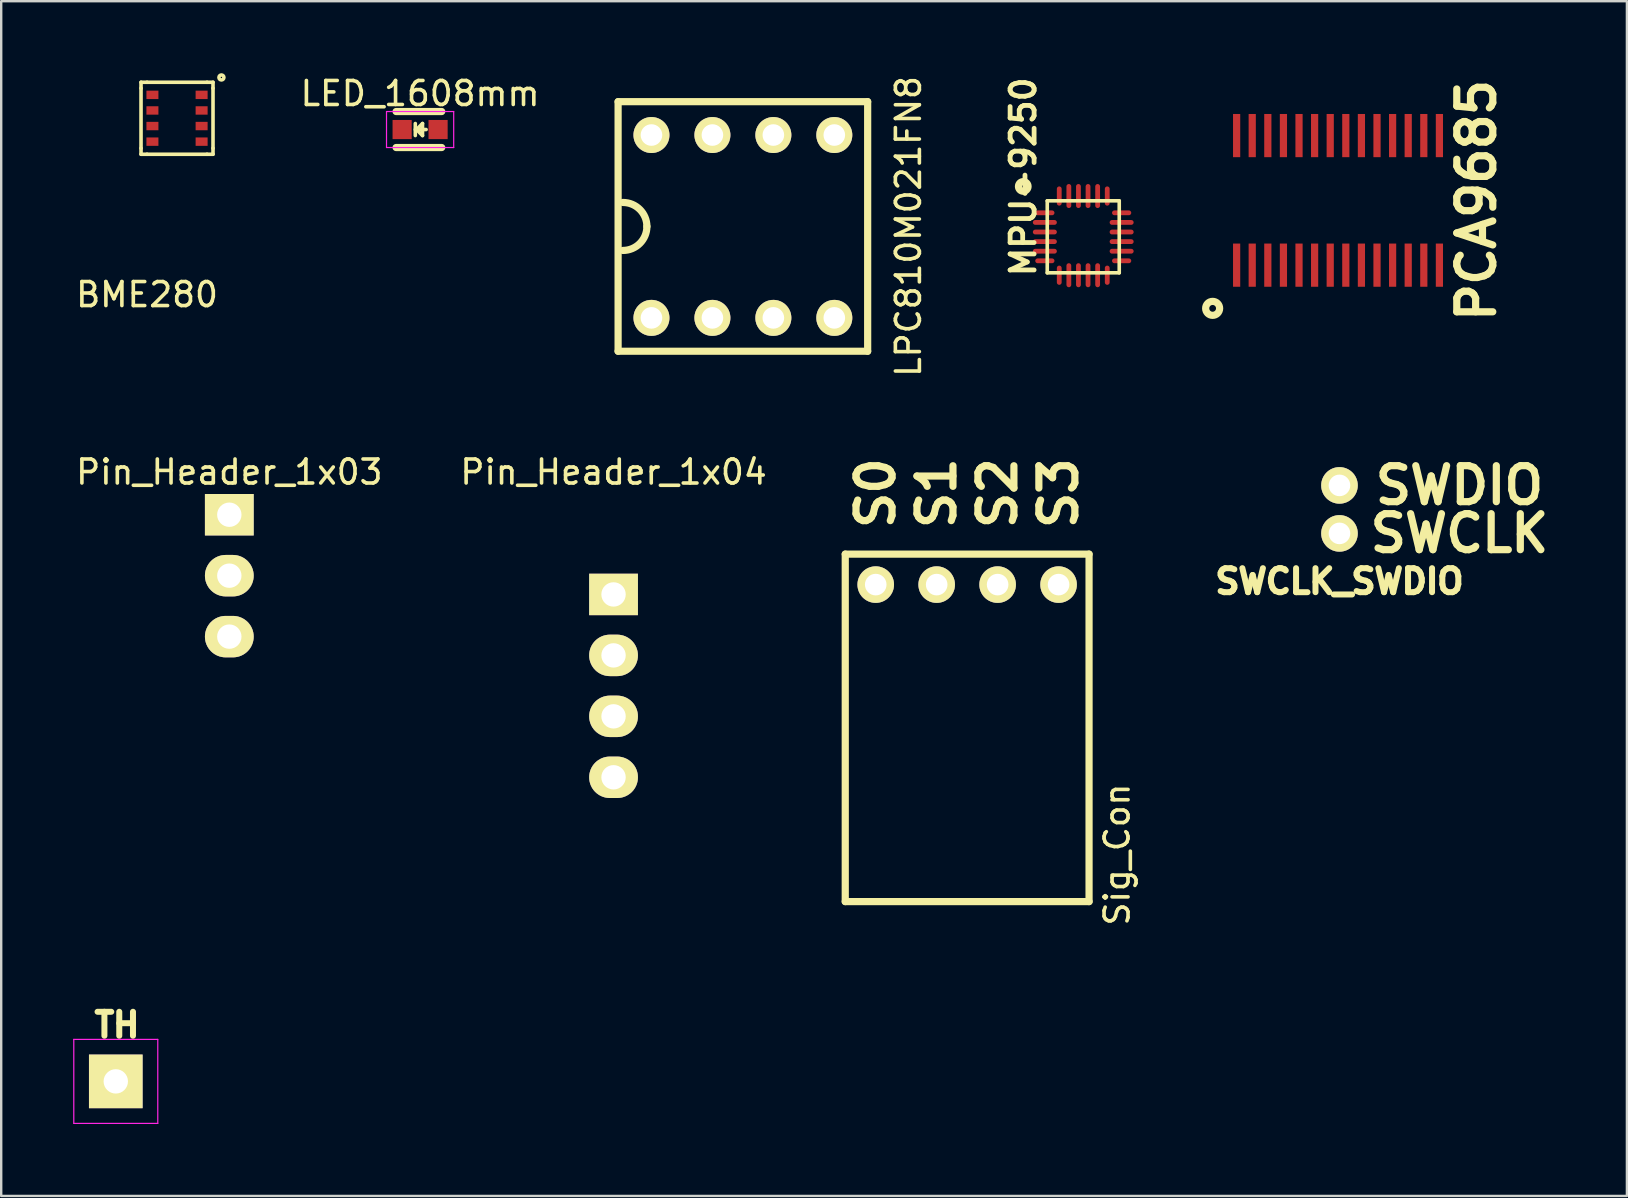
<source format=kicad_pcb>
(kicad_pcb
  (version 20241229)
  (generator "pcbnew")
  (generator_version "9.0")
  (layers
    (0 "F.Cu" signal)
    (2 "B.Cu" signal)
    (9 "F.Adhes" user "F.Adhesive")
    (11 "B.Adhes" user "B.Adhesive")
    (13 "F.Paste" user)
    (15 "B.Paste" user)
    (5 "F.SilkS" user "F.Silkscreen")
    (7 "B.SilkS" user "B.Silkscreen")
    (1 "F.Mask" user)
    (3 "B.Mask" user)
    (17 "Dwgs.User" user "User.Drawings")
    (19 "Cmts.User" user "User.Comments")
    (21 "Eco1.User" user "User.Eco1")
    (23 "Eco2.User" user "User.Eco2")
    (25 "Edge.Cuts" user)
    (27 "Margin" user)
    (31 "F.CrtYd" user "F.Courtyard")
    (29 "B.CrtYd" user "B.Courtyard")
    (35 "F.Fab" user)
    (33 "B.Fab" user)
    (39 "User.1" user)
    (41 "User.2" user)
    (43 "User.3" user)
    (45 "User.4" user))
  (footprint "Sig_Con"
    (layer "F.Cu")
    (at 37.254 21.312)
    (property "Reference" "Sig_Con" (at 6.25 11.25 90) (layer "F.SilkS") (effects (font (size 1 1) (thickness 0.15))))
    (attr through_hole)
    (fp_line (start -5.08 -1.27) (end -5.08 13.21) (stroke (width 0.3) (type solid)) (layer "F.SilkS"))
    (fp_line (start -5.08 -1.27) (end 5.08 -1.27) (stroke (width 0.3) (type solid)) (layer "F.SilkS"))
    (fp_line (start -5.08 13.21) (end 5.08 13.21) (stroke (width 0.3) (type solid)) (layer "F.SilkS"))
    (fp_line (start 5.08 -1.27) (end 5.08 13.21) (stroke (width 0.3) (type solid)) (layer "F.SilkS"))
    (fp_text user "S1" (at -1.27 -3.81 90) (layer "F.SilkS") (effects (font (size 1.5 1.5) (thickness 0.3))))
    (fp_text user "S2" (at 1.27 -3.81 90) (layer "F.SilkS") (effects (font (size 1.5 1.5) (thickness 0.3))))
    (fp_text user "S0" (at -3.81 -3.81 90) (layer "F.SilkS") (effects (font (size 1.5 1.5) (thickness 0.3))))
    (fp_text user "S3" (at 3.81 -3.81 90) (layer "F.SilkS") (effects (font (size 1.5 1.5) (thickness 0.3))))
    (pad "1" thru_hole circle (at -3.81 0) (size 1.524 1.524) (drill 0.9) (layers "*.Cu" "*.Mask" "F.SilkS"))
    (pad "2" thru_hole circle (at -1.27 0) (size 1.524 1.524) (drill 0.9) (layers "*.Cu" "*.Mask" "F.SilkS"))
    (pad "3" thru_hole circle (at 1.27 0) (size 1.524 1.524) (drill 0.9) (layers "*.Cu" "*.Mask" "F.SilkS"))
    (pad "4" thru_hole circle (at 3.81 0) (size 1.524 1.524) (drill 0.9) (layers "*.Cu" "*.Mask" "F.SilkS")))
  (footprint "BME280"
    (layer "F.Cu")
    (at 4.327 1.878)
    (property "Reference" "BME280" (at -1.25 7.35 0) (layer "F.SilkS") (effects (font (size 1 1) (thickness 0.15))))
    (attr through_hole)
    (fp_line (start -1.5 -1.5) (end -1.5 -1.25) (stroke (width 0.15) (type solid)) (layer "F.SilkS"))
    (fp_line (start -1.5 -1.25) (end -1.5 1.25) (stroke (width 0.15) (type solid)) (layer "F.SilkS"))
    (fp_line (start -1.5 1.25) (end -1.5 1.5) (stroke (width 0.15) (type solid)) (layer "F.SilkS"))
    (fp_line (start -1.5 1.5) (end -1.25 1.5) (stroke (width 0.15) (type solid)) (layer "F.SilkS"))
    (fp_line (start -1.25 -1.5) (end -1.5 -1.5) (stroke (width 0.15) (type solid)) (layer "F.SilkS"))
    (fp_line (start -1.25 1.5) (end 1.25 1.5) (stroke (width 0.15) (type solid)) (layer "F.SilkS"))
    (fp_line (start 1.25 -1.5) (end -1.25 -1.5) (stroke (width 0.15) (type solid)) (layer "F.SilkS"))
    (fp_line (start 1.25 1.5) (end 1.5 1.5) (stroke (width 0.15) (type solid)) (layer "F.SilkS"))
    (fp_line (start 1.5 -1.5) (end 1.25 -1.5) (stroke (width 0.15) (type solid)) (layer "F.SilkS"))
    (fp_line (start 1.5 -1.25) (end 1.5 -1.5) (stroke (width 0.15) (type solid)) (layer "F.SilkS"))
    (fp_line (start 1.5 1.25) (end 1.5 -1.25) (stroke (width 0.15) (type solid)) (layer "F.SilkS"))
    (fp_line (start 1.5 1.5) (end 1.5 1.25) (stroke (width 0.15) (type solid)) (layer "F.SilkS"))
    (fp_circle (center 1.85 -1.7) (end 1.875 -1.6) (stroke (width 0.15) (type solid)) (fill no) (layer "F.SilkS"))
    (pad "1" smd rect (at 1.025 -0.975) (size 0.5 0.35) (layers "F.Cu" "F.Mask" "F.Paste"))
    (pad "2" smd rect (at 1.025 -0.325) (size 0.5 0.35) (layers "F.Cu" "F.Mask" "F.Paste"))
    (pad "3" smd rect (at 1.025 0.325) (size 0.5 0.35) (layers "F.Cu" "F.Mask" "F.Paste"))
    (pad "4" smd rect (at 1.025 0.975) (size 0.5 0.35) (layers "F.Cu" "F.Mask" "F.Paste"))
    (pad "5" smd rect (at -1.025 0.975) (size 0.5 0.35) (layers "F.Cu" "F.Mask" "F.Paste"))
    (pad "6" smd rect (at -1.025 0.325) (size 0.5 0.35) (layers "F.Cu" "F.Mask" "F.Paste"))
    (pad "7" smd rect (at -1.025 -0.325) (size 0.5 0.35) (layers "F.Cu" "F.Mask" "F.Paste"))
    (pad "8" smd rect (at -1.025 -0.975) (size 0.5 0.35) (layers "F.Cu" "F.Mask" "F.Paste")))
  (footprint "Pin_Header_1x04"
    (layer "F.Cu")
    (at 22.518 21.722)
    (property "Reference" "Pin_Header_1x04" (at 0 -5.1 0) (layer "F.SilkS") (effects (font (size 1 1) (thickness 0.15))))
    (attr through_hole)
    (pad "1" thru_hole rect (at 0 0) (size 2.032 1.727) (drill 1.016) (layers "*.Cu" "*.Mask" "F.SilkS"))
    (pad "2" thru_hole oval (at 0 2.54) (size 2.032 1.727) (drill 1.016) (layers "*.Cu" "*.Mask" "F.SilkS"))
    (pad "3" thru_hole oval (at 0 5.08) (size 2.032 1.727) (drill 1.016) (layers "*.Cu" "*.Mask" "F.SilkS"))
    (pad "4" thru_hole oval (at 0 7.62) (size 2.032 1.727) (drill 1.016) (layers "*.Cu" "*.Mask" "F.SilkS")))
  (footprint "LED_1608mm"
    (layer "F.Cu")
    (at 14.457 2.348)
    (property "Reference" "LED_1608mm" (at 0 -1.5 0) (layer "F.SilkS") (effects (font (size 1 1) (thickness 0.15))))
    (attr smd)
    (fp_line (start -1 -0.75) (end 0.9 -0.75) (stroke (width 0.3) (type solid)) (layer "F.SilkS"))
    (fp_line (start -1 0.75) (end 0.9 0.75) (stroke (width 0.3) (type solid)) (layer "F.SilkS"))
    (fp_line (start -0.2 -0.25) (end -0.2 0.25) (stroke (width 0.15) (type solid)) (layer "F.SilkS"))
    (fp_line (start -0.2 0) (end 0.25 0) (stroke (width 0.15) (type solid)) (layer "F.SilkS"))
    (fp_line (start -0.15 0) (end 0.1 -0.25) (stroke (width 0.15) (type solid)) (layer "F.SilkS"))
    (fp_line (start 0.1 -0.25) (end 0.1 0.25) (stroke (width 0.15) (type solid)) (layer "F.SilkS"))
    (fp_line (start 0.1 0.25) (end -0.15 0) (stroke (width 0.15) (type solid)) (layer "F.SilkS"))
    (fp_line (start -1.4 -0.75) (end 1.4 -0.75) (stroke (width 0.05) (type solid)) (layer "F.CrtYd"))
    (fp_line (start -1.4 0.75) (end -1.4 -0.75) (stroke (width 0.05) (type solid)) (layer "F.CrtYd"))
    (fp_line (start 1.4 -0.75) (end 1.4 0.75) (stroke (width 0.05) (type solid)) (layer "F.CrtYd"))
    (fp_line (start 1.4 0.75) (end -1.4 0.75) (stroke (width 0.05) (type solid)) (layer "F.CrtYd"))
    (pad "1" smd rect (at -0.749 0 180) (size 0.798 0.798) (layers "F.Cu" "F.Mask" "F.Paste"))
    (pad "2" smd rect (at 0.749 0 180) (size 0.798 0.798) (layers "F.Cu" "F.Mask" "F.Paste")))
  (footprint "SWCLK_SWDIO"
    (layer "F.Cu")
    (at 52.77 17.178)
    (property "Reference" "SWCLK_SWDIO" (at 0 4 0) (layer "F.SilkS") (effects (font (size 1 1) (thickness 0.25))))
    (attr through_hole)
    (fp_text user "SWCLK" (at 5 2 0) (layer "F.SilkS") (effects (font (size 1.5 1.5) (thickness 0.3))))
    (fp_text user "SWDIO" (at 5 0 0) (layer "F.SilkS") (effects (font (size 1.5 1.5) (thickness 0.3))))
    (pad "1" thru_hole circle (at 0 0) (size 1.524 1.524) (drill 0.9) (layers "*.Cu" "*.Mask" "F.SilkS"))
    (pad "2" thru_hole circle (at 0 2) (size 1.524 1.524) (drill 0.9) (layers "*.Cu" "*.Mask" "F.SilkS")))
  (footprint "MPU-9250"
    (placed yes)
    (layer "F.Cu")
    (at 42.092 6.819)
    (property "Reference" "MPU-9250" (at -2.5 -2.5 90) (layer "F.SilkS") (effects (font (size 1 1) (thickness 0.2))))
    (attr through_hole)
    (fp_line (start -1.5 -1.5) (end -1.5 1.5) (stroke (width 0.15) (type solid)) (layer "F.SilkS"))
    (fp_line (start -1.5 1.5) (end 1.5 1.5) (stroke (width 0.15) (type solid)) (layer "F.SilkS"))
    (fp_line (start 1.5 -1.5) (end -1.5 -1.5) (stroke (width 0.15) (type solid)) (layer "F.SilkS"))
    (fp_line (start 1.5 1.5) (end 1.5 -1.5) (stroke (width 0.15) (type solid)) (layer "F.SilkS"))
    (fp_circle (center -2.5 -2.1) (end -2.5 -1.9) (stroke (width 0.3) (type solid)) (fill no) (layer "F.SilkS"))
    (pad "1" smd oval (at -1.6 -1) (size 0.8 0.2) (layers "F.Cu" "F.Mask" "F.Paste"))
    (pad "2" smd oval (at -1.6 -0.6) (size 1 0.2) (layers "F.Cu" "F.Mask" "F.Paste"))
    (pad "3" smd oval (at -1.6 -0.2) (size 1 0.2) (layers "F.Cu" "F.Mask" "F.Paste"))
    (pad "4" smd oval (at -1.6 0.2) (size 1 0.2) (layers "F.Cu" "F.Mask" "F.Paste"))
    (pad "5" smd oval (at -1.6 0.6) (size 1 0.2) (layers "F.Cu" "F.Mask" "F.Paste"))
    (pad "6" smd oval (at -1.6 1) (size 0.8 0.2) (layers "F.Cu" "F.Mask" "F.Paste"))
    (pad "7" smd oval (at -1 1.6) (size 0.2 0.8) (layers "F.Cu" "F.Mask" "F.Paste"))
    (pad "8" smd oval (at -0.6 1.6) (size 0.2 1) (layers "F.Cu" "F.Mask" "F.Paste"))
    (pad "9" smd oval (at -0.2 1.6) (size 0.2 1) (layers "F.Cu" "F.Mask" "F.Paste"))
    (pad "10" smd oval (at 0.2 1.6) (size 0.2 1) (layers "F.Cu" "F.Mask" "F.Paste"))
    (pad "11" smd oval (at 0.6 1.6) (size 0.2 1) (layers "F.Cu" "F.Mask" "F.Paste"))
    (pad "12" smd oval (at 1 1.6) (size 0.2 0.8) (layers "F.Cu" "F.Mask" "F.Paste"))
    (pad "13" smd oval (at 1.6 1) (size 0.8 0.2) (layers "F.Cu" "F.Mask" "F.Paste"))
    (pad "14" smd oval (at 1.6 0.6) (size 1 0.2) (layers "F.Cu" "F.Mask" "F.Paste"))
    (pad "15" smd oval (at 1.6 0.2) (size 1 0.2) (layers "F.Cu" "F.Mask" "F.Paste"))
    (pad "16" smd oval (at 1.6 -0.2) (size 1 0.2) (layers "F.Cu" "F.Mask" "F.Paste"))
    (pad "17" smd oval (at 1.6 -0.6) (size 1 0.2) (layers "F.Cu" "F.Mask" "F.Paste"))
    (pad "18" smd oval (at 1.6 -1) (size 0.8 0.2) (layers "F.Cu" "F.Mask" "F.Paste"))
    (pad "19" smd oval (at 1 -1.7) (size 0.2 0.8) (layers "F.Cu" "F.Mask" "F.Paste"))
    (pad "20" smd oval (at 0.6 -1.7) (size 0.2 1) (layers "F.Cu" "F.Mask" "F.Paste"))
    (pad "21" smd oval (at 0.2 -1.7) (size 0.2 1) (layers "F.Cu" "F.Mask" "F.Paste"))
    (pad "22" smd oval (at -0.2 -1.7) (size 0.2 1) (layers "F.Cu" "F.Mask" "F.Paste"))
    (pad "23" smd oval (at -0.6 -1.7) (size 0.2 1) (layers "F.Cu" "F.Mask" "F.Paste"))
    (pad "24" smd oval (at -1 -1.7) (size 0.2 0.8) (layers "F.Cu" "F.Mask" "F.Paste")))
  (footprint "PCA9685"
    (placed yes)
    (layer "F.Cu")
    (at 52.384 5.3)
    (property "Reference" "PCA9685" (at 6.096 0 90) (layer "F.SilkS") (effects (font (size 1.5 1.5) (thickness 0.3))))
    (attr through_hole)
    (fp_circle (center -4.9 4.5) (end -4.8 4.6) (stroke (width 0.3) (type solid)) (fill no) (layer "F.SilkS"))
    (pad "1" smd rect (at -3.9 2.7) (size 0.3 1.8) (layers "F.Cu" "F.Mask" "F.Paste"))
    (pad "2" smd rect (at -3.25 2.7) (size 0.3 1.8) (layers "F.Cu" "F.Mask" "F.Paste"))
    (pad "3" smd rect (at -2.6 2.7) (size 0.3 1.8) (layers "F.Cu" "F.Mask" "F.Paste"))
    (pad "4" smd rect (at -1.95 2.7) (size 0.3 1.8) (layers "F.Cu" "F.Mask" "F.Paste"))
    (pad "5" smd rect (at -1.3 2.7) (size 0.3 1.8) (layers "F.Cu" "F.Mask" "F.Paste"))
    (pad "6" smd rect (at -0.65 2.7) (size 0.3 1.8) (layers "F.Cu" "F.Mask" "F.Paste"))
    (pad "7" smd rect (at 0 2.7) (size 0.3 1.8) (layers "F.Cu" "F.Mask" "F.Paste"))
    (pad "8" smd rect (at 0.65 2.7) (size 0.3 1.8) (layers "F.Cu" "F.Mask" "F.Paste"))
    (pad "9" smd rect (at 1.3 2.7) (size 0.3 1.8) (layers "F.Cu" "F.Mask" "F.Paste"))
    (pad "10" smd rect (at 1.95 2.7) (size 0.3 1.8) (layers "F.Cu" "F.Mask" "F.Paste"))
    (pad "11" smd rect (at 2.6 2.7) (size 0.3 1.8) (layers "F.Cu" "F.Mask" "F.Paste"))
    (pad "12" smd rect (at 3.25 2.7) (size 0.3 1.8) (layers "F.Cu" "F.Mask" "F.Paste"))
    (pad "13" smd rect (at 3.9 2.7) (size 0.3 1.8) (layers "F.Cu" "F.Mask" "F.Paste"))
    (pad "14" smd rect (at 4.55 2.7) (size 0.3 1.8) (layers "F.Cu" "F.Mask" "F.Paste"))
    (pad "15" smd rect (at 4.55 -2.7) (size 0.3 1.8) (layers "F.Cu" "F.Mask" "F.Paste"))
    (pad "16" smd rect (at 3.9 -2.7) (size 0.3 1.8) (layers "F.Cu" "F.Mask" "F.Paste"))
    (pad "17" smd rect (at 3.25 -2.7) (size 0.3 1.8) (layers "F.Cu" "F.Mask" "F.Paste"))
    (pad "18" smd rect (at 2.6 -2.7) (size 0.3 1.8) (layers "F.Cu" "F.Mask" "F.Paste"))
    (pad "19" smd rect (at 1.95 -2.7) (size 0.3 1.8) (layers "F.Cu" "F.Mask" "F.Paste"))
    (pad "20" smd rect (at 1.3 -2.7) (size 0.3 1.8) (layers "F.Cu" "F.Mask" "F.Paste"))
    (pad "21" smd rect (at 0.65 -2.7) (size 0.3 1.8) (layers "F.Cu" "F.Mask" "F.Paste"))
    (pad "22" smd rect (at 0 -2.7) (size 0.3 1.8) (layers "F.Cu" "F.Mask" "F.Paste"))
    (pad "23" smd rect (at -0.65 -2.7) (size 0.3 1.8) (layers "F.Cu" "F.Mask" "F.Paste"))
    (pad "24" smd rect (at -1.3 -2.7) (size 0.3 1.8) (layers "F.Cu" "F.Mask" "F.Paste"))
    (pad "25" smd rect (at -1.95 -2.7) (size 0.3 1.8) (layers "F.Cu" "F.Mask" "F.Paste"))
    (pad "26" smd rect (at -2.6 -2.7) (size 0.3 1.8) (layers "F.Cu" "F.Mask" "F.Paste"))
    (pad "27" smd rect (at -3.25 -2.7) (size 0.3 1.8) (layers "F.Cu" "F.Mask" "F.Paste"))
    (pad "28" smd rect (at -3.9 -2.7) (size 0.3 1.8) (layers "F.Cu" "F.Mask" "F.Paste")))
  (footprint "TH"
    (placed yes)
    (layer "F.Cu")
    (at 1.775 42.014)
    (property "Reference" "TH" (at 0.05 -2.35 0) (layer "F.SilkS") (effects (font (size 1 1) (thickness 0.25))))
    (attr through_hole)
    (fp_line (start -1.75 -1.75) (end -1.75 1.75) (stroke (width 0.05) (type solid)) (layer "F.CrtYd"))
    (fp_line (start -1.75 -1.75) (end 1.75 -1.75) (stroke (width 0.05) (type solid)) (layer "F.CrtYd"))
    (fp_line (start -1.75 1.75) (end 1.75 1.75) (stroke (width 0.05) (type solid)) (layer "F.CrtYd"))
    (fp_line (start 1.75 -1.75) (end 1.75 1.75) (stroke (width 0.05) (type solid)) (layer "F.CrtYd"))
    (pad "1" thru_hole rect (at 0 0) (size 2.235 2.235) (drill 1.016) (layers "*.Cu" "*.Mask" "F.SilkS")))
  (footprint "Pin_Header_1x03"
    (layer "F.Cu")
    (at 6.506 18.4)
    (property "Reference" "Pin_Header_1x03" (at 0 -1.778 0) (layer "F.SilkS") (effects (font (size 1 1) (thickness 0.15))))
    (attr through_hole)
    (pad "1" thru_hole rect (at 0 0) (size 2.032 1.727) (drill 1.016) (layers "*.Cu" "*.Mask" "F.SilkS"))
    (pad "2" thru_hole oval (at 0 2.54) (size 2.032 1.727) (drill 1.016) (layers "*.Cu" "*.Mask" "F.SilkS"))
    (pad "3" thru_hole oval (at 0 5.08) (size 2.032 1.727) (drill 1.016) (layers "*.Cu" "*.Mask" "F.SilkS")))
  (footprint "LPC810M021FN8"
    (layer "F.Cu")
    (at 27.908 6.387)
    (property "Reference" "LPC810M021FN8" (at 6.9 0 90) (layer "F.SilkS") (effects (font (size 1 1) (thickness 0.15))))
    (attr through_hole)
    (fp_line (start -5.2 -5.2) (end 5.2 -5.2) (stroke (width 0.3) (type solid)) (layer "F.SilkS"))
    (fp_line (start -5.2 5.2) (end -5.2 -5.2) (stroke (width 0.3) (type solid)) (layer "F.SilkS"))
    (fp_line (start 5.2 5.2) (end -5.2 5.2) (stroke (width 0.3) (type solid)) (layer "F.SilkS"))
    (fp_line (start 5.2 5.2) (end 5.2 -5.2) (stroke (width 0.3) (type solid)) (layer "F.SilkS"))
    (fp_arc (start -5 -1) (mid -4.292893 -0.707107) (end -4 0) (stroke (width 0.3) (type solid)) (layer "F.SilkS"))
    (fp_arc (start -4 0) (mid -4.292893 0.707107) (end -5 1) (stroke (width 0.3) (type solid)) (layer "F.SilkS"))
    (pad "1" thru_hole circle (at -3.81 3.81) (size 1.5 1.5) (drill 0.9) (layers "*.Cu" "*.Mask" "F.SilkS"))
    (pad "2" thru_hole circle (at -1.27 3.81) (size 1.5 1.5) (drill 0.9) (layers "*.Cu" "*.Mask" "F.SilkS"))
    (pad "3" thru_hole circle (at 1.27 3.81) (size 1.5 1.5) (drill 0.9) (layers "*.Cu" "*.Mask" "F.SilkS"))
    (pad "4" thru_hole circle (at 3.81 3.81) (size 1.5 1.5) (drill 0.9) (layers "*.Cu" "*.Mask" "F.SilkS"))
    (pad "5" thru_hole circle (at 3.81 -3.81) (size 1.5 1.5) (drill 0.9) (layers "*.Cu" "*.Mask" "F.SilkS"))
    (pad "6" thru_hole circle (at 1.27 -3.81) (size 1.5 1.5) (drill 0.9) (layers "*.Cu" "*.Mask" "F.SilkS"))
    (pad "7" thru_hole circle (at -1.27 -3.81) (size 1.5 1.5) (drill 0.9) (layers "*.Cu" "*.Mask" "F.SilkS"))
    (pad "8" thru_hole circle (at -3.81 -3.81) (size 1.5 1.5) (drill 0.9) (layers "*.Cu" "*.Mask" "F.SilkS")))
  (gr_rect
    (start -3 -3)
    (end 64.748 46.789)
    (stroke (width 0.1) (type default))
    (fill no)
    (layer "Edge.Cuts")))
</source>
